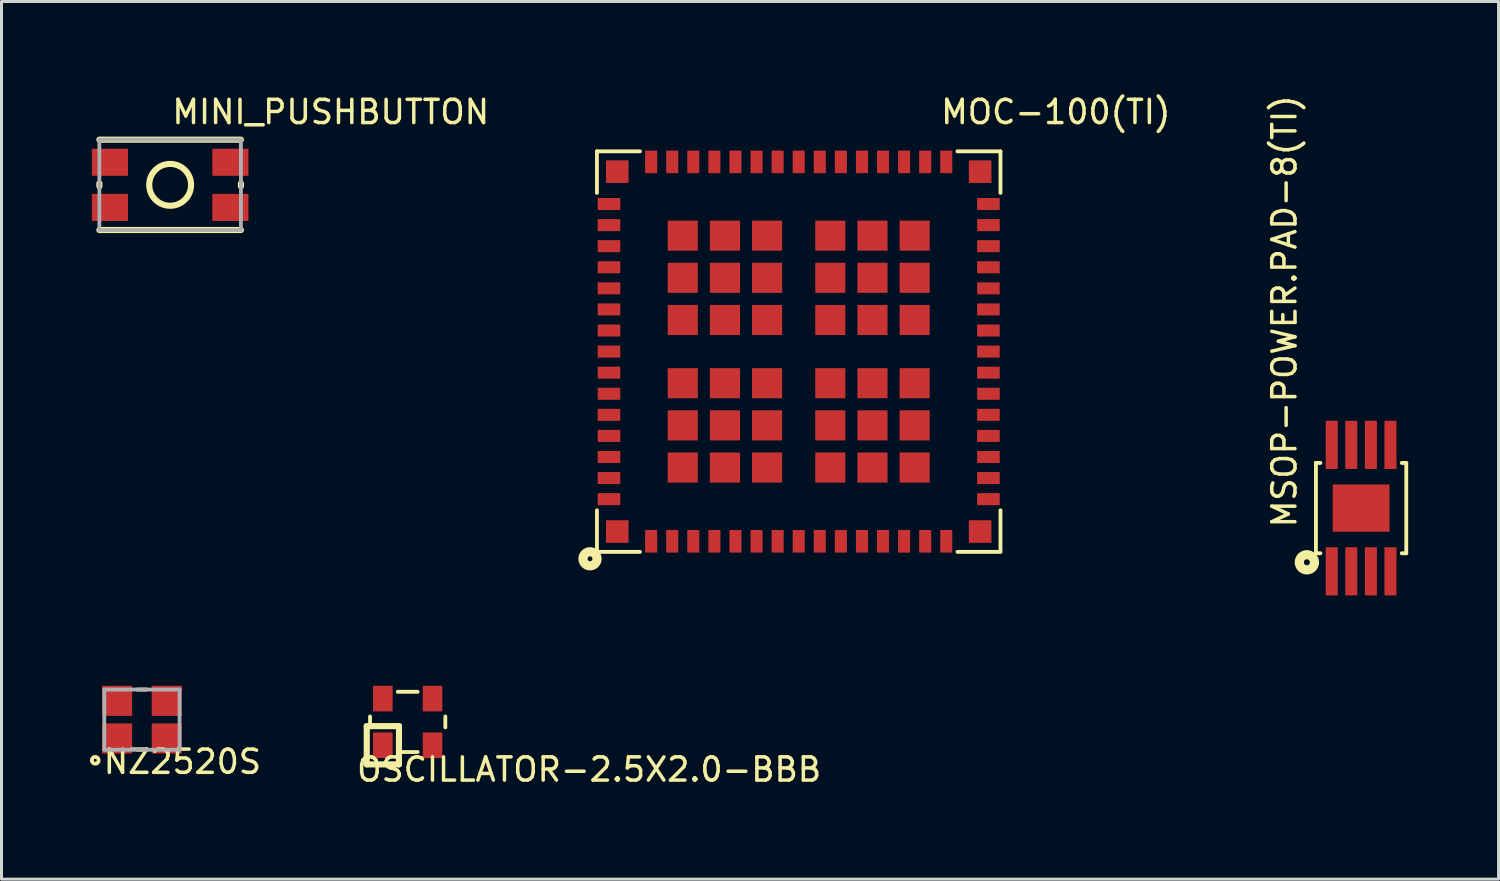
<source format=kicad_pcb>
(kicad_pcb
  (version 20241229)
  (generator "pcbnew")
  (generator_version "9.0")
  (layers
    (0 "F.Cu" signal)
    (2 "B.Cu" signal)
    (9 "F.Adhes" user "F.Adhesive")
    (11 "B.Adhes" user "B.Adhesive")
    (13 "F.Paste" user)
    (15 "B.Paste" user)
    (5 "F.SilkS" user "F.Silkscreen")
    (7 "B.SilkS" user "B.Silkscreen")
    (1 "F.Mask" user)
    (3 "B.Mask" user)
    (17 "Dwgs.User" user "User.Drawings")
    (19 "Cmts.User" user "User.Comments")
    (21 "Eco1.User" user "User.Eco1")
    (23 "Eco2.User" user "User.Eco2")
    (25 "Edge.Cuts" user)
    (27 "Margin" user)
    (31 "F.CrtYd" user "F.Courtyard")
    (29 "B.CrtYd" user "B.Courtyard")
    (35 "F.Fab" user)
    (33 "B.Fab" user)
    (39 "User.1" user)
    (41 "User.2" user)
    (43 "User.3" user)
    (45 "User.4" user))
  (footprint "MINI_PUSHBUTTON"
    (layer "F.Cu")
    (at 2.6 3.088)
    (property "Reference" "MINI_PUSHBUTTON" (at 0 -1.968 180) (layer "F.SilkS") (effects (font (size 0.772 0.772) (thickness 0.116)) (justify left bottom)))
    (attr through_hole)
    (fp_line (start -2.35 -1.5) (end 2.35 -1.5) (stroke (width 0.203) (type solid)) (layer "F.SilkS"))
    (fp_line (start -2.35 0.05) (end -2.35 -0.05) (stroke (width 0.203) (type solid)) (layer "F.SilkS"))
    (fp_line (start -2.35 1.5) (end 2.35 1.5) (stroke (width 0.203) (type solid)) (layer "F.SilkS"))
    (fp_line (start 2.35 0.05) (end 2.35 -0.05) (stroke (width 0.203) (type solid)) (layer "F.SilkS"))
    (fp_circle (center 0 0) (end 0.695 0) (stroke (width 0.203) (type solid)) (fill no) (layer "F.SilkS"))
    (fp_line (start -2.35 -1.5) (end 2.35 -1.5) (stroke (width 0.127) (type solid)) (layer "F.Fab"))
    (fp_line (start -2.35 1.5) (end -2.35 -1.5) (stroke (width 0.127) (type solid)) (layer "F.Fab"))
    (fp_line (start 2.35 -1.5) (end 2.35 1.5) (stroke (width 0.127) (type solid)) (layer "F.Fab"))
    (fp_line (start 2.35 1.5) (end -2.35 1.5) (stroke (width 0.127) (type solid)) (layer "F.Fab"))
    (pad "1" smd rect (at -2 -0.75) (size 1.2 0.9) (layers "F.Cu" "F.Mask" "F.Paste"))
    (pad "2" smd rect (at 2 -0.75) (size 1.2 0.9) (layers "F.Cu" "F.Mask" "F.Paste"))
    (pad "3" smd rect (at -2 0.75) (size 1.2 0.9) (layers "F.Cu" "F.Mask" "F.Paste"))
    (pad "4" smd rect (at 2 0.75) (size 1.2 0.9) (layers "F.Cu" "F.Mask" "F.Paste")))
  (footprint "MOC-100(TI)"
    (layer "F.Cu")
    (at 23.472 8.625)
    (property "Reference" "MOC-100(TI)" (at 4.656 -7.505 180) (layer "F.SilkS") (effects (font (size 0.772 0.772) (thickness 0.116)) (justify left bottom)))
    (attr through_hole)
    (fp_line (start -6.7 -6.65) (end -6.7 -5.27) (stroke (width 0.127) (type solid)) (layer "F.SilkS"))
    (fp_line (start -6.7 -6.65) (end -5.27 -6.65) (stroke (width 0.127) (type solid)) (layer "F.SilkS"))
    (fp_line (start -6.7 5.27) (end -6.7 6.65) (stroke (width 0.127) (type solid)) (layer "F.SilkS"))
    (fp_line (start -6.7 6.65) (end -5.27 6.65) (stroke (width 0.127) (type solid)) (layer "F.SilkS"))
    (fp_line (start 5.27 6.65) (end 6.7 6.65) (stroke (width 0.127) (type solid)) (layer "F.SilkS"))
    (fp_line (start 6.7 -6.65) (end 5.27 -6.65) (stroke (width 0.127) (type solid)) (layer "F.SilkS"))
    (fp_line (start 6.7 -6.65) (end 6.7 -5.27) (stroke (width 0.127) (type solid)) (layer "F.SilkS"))
    (fp_line (start 6.7 6.65) (end 6.7 5.27) (stroke (width 0.127) (type solid)) (layer "F.SilkS"))
    (fp_circle (center -6.93 6.88) (end -6.849 6.88) (stroke (width 0.305) (type solid)) (fill no) (layer "F.SilkS"))
    (pad "1" smd rect (at -6.025 5.975) (size 0.75 0.75) (layers "F.Cu" "F.Mask" "F.Paste"))
    (pad "2" smd rect (at -4.9 6.3) (size 0.4 0.75) (layers "F.Cu" "F.Mask" "F.Paste"))
    (pad "3" smd rect (at -4.2 6.3) (size 0.4 0.75) (layers "F.Cu" "F.Mask" "F.Paste"))
    (pad "4" smd rect (at -3.5 6.3) (size 0.4 0.75) (layers "F.Cu" "F.Mask" "F.Paste"))
    (pad "5" smd rect (at -2.8 6.3) (size 0.4 0.75) (layers "F.Cu" "F.Mask" "F.Paste"))
    (pad "6" smd rect (at -2.1 6.3) (size 0.4 0.75) (layers "F.Cu" "F.Mask" "F.Paste"))
    (pad "7" smd rect (at -1.4 6.3) (size 0.4 0.75) (layers "F.Cu" "F.Mask" "F.Paste"))
    (pad "8" smd rect (at -0.7 6.3) (size 0.4 0.75) (layers "F.Cu" "F.Mask" "F.Paste"))
    (pad "9" smd rect (at 0 6.3) (size 0.4 0.75) (layers "F.Cu" "F.Mask" "F.Paste"))
    (pad "10" smd rect (at 0.7 6.3) (size 0.4 0.75) (layers "F.Cu" "F.Mask" "F.Paste"))
    (pad "11" smd rect (at 1.4 6.3) (size 0.4 0.75) (layers "F.Cu" "F.Mask" "F.Paste"))
    (pad "12" smd rect (at 2.1 6.3) (size 0.4 0.75) (layers "F.Cu" "F.Mask" "F.Paste"))
    (pad "13" smd rect (at 2.8 6.3) (size 0.4 0.75) (layers "F.Cu" "F.Mask" "F.Paste"))
    (pad "14" smd rect (at 3.5 6.3) (size 0.4 0.75) (layers "F.Cu" "F.Mask" "F.Paste"))
    (pad "15" smd rect (at 4.2 6.3) (size 0.4 0.75) (layers "F.Cu" "F.Mask" "F.Paste"))
    (pad "16" smd rect (at 4.9 6.3) (size 0.4 0.75) (layers "F.Cu" "F.Mask" "F.Paste"))
    (pad "17" smd rect (at 6.025 5.975) (size 0.75 0.75) (layers "F.Cu" "F.Mask" "F.Paste"))
    (pad "18" smd rect (at 6.3 4.9 90) (size 0.4 0.75) (layers "F.Cu" "F.Mask" "F.Paste"))
    (pad "19" smd rect (at 6.3 4.2 90) (size 0.4 0.75) (layers "F.Cu" "F.Mask" "F.Paste"))
    (pad "20" smd rect (at 6.3 3.5 90) (size 0.4 0.75) (layers "F.Cu" "F.Mask" "F.Paste"))
    (pad "21" smd rect (at 6.3 2.8 90) (size 0.4 0.75) (layers "F.Cu" "F.Mask" "F.Paste"))
    (pad "22" smd rect (at 6.3 2.1 90) (size 0.4 0.75) (layers "F.Cu" "F.Mask" "F.Paste"))
    (pad "23" smd rect (at 6.3 1.4 90) (size 0.4 0.75) (layers "F.Cu" "F.Mask" "F.Paste"))
    (pad "24" smd rect (at 6.3 0.7 90) (size 0.4 0.75) (layers "F.Cu" "F.Mask" "F.Paste"))
    (pad "25" smd rect (at 6.3 0 90) (size 0.4 0.75) (layers "F.Cu" "F.Mask" "F.Paste"))
    (pad "26" smd rect (at 6.3 -0.7 90) (size 0.4 0.75) (layers "F.Cu" "F.Mask" "F.Paste"))
    (pad "27" smd rect (at 6.3 -1.4 90) (size 0.4 0.75) (layers "F.Cu" "F.Mask" "F.Paste"))
    (pad "28" smd rect (at 6.3 -2.1 90) (size 0.4 0.75) (layers "F.Cu" "F.Mask" "F.Paste"))
    (pad "29" smd rect (at 6.3 -2.8 90) (size 0.4 0.75) (layers "F.Cu" "F.Mask" "F.Paste"))
    (pad "30" smd rect (at 6.3 -3.5 90) (size 0.4 0.75) (layers "F.Cu" "F.Mask" "F.Paste"))
    (pad "31" smd rect (at 6.3 -4.2 90) (size 0.4 0.75) (layers "F.Cu" "F.Mask" "F.Paste"))
    (pad "32" smd rect (at 6.3 -4.9 90) (size 0.4 0.75) (layers "F.Cu" "F.Mask" "F.Paste"))
    (pad "33" smd rect (at 6.025 -5.975) (size 0.75 0.75) (layers "F.Cu" "F.Mask" "F.Paste"))
    (pad "34" smd rect (at 4.9 -6.3 180) (size 0.4 0.75) (layers "F.Cu" "F.Mask" "F.Paste"))
    (pad "35" smd rect (at 4.2 -6.3 180) (size 0.4 0.75) (layers "F.Cu" "F.Mask" "F.Paste"))
    (pad "36" smd rect (at 3.5 -6.3 180) (size 0.4 0.75) (layers "F.Cu" "F.Mask" "F.Paste"))
    (pad "37" smd rect (at 2.8 -6.3 180) (size 0.4 0.75) (layers "F.Cu" "F.Mask" "F.Paste"))
    (pad "38" smd rect (at 2.1 -6.3 180) (size 0.4 0.75) (layers "F.Cu" "F.Mask" "F.Paste"))
    (pad "39" smd rect (at 1.4 -6.3 180) (size 0.4 0.75) (layers "F.Cu" "F.Mask" "F.Paste"))
    (pad "40" smd rect (at 0.7 -6.3 180) (size 0.4 0.75) (layers "F.Cu" "F.Mask" "F.Paste"))
    (pad "41" smd rect (at 0 -6.3 180) (size 0.4 0.75) (layers "F.Cu" "F.Mask" "F.Paste"))
    (pad "42" smd rect (at -0.7 -6.3 180) (size 0.4 0.75) (layers "F.Cu" "F.Mask" "F.Paste"))
    (pad "43" smd rect (at -1.4 -6.3 180) (size 0.4 0.75) (layers "F.Cu" "F.Mask" "F.Paste"))
    (pad "44" smd rect (at -2.1 -6.3 180) (size 0.4 0.75) (layers "F.Cu" "F.Mask" "F.Paste"))
    (pad "45" smd rect (at -2.8 -6.3 180) (size 0.4 0.75) (layers "F.Cu" "F.Mask" "F.Paste"))
    (pad "46" smd rect (at -3.5 -6.3 180) (size 0.4 0.75) (layers "F.Cu" "F.Mask" "F.Paste"))
    (pad "47" smd rect (at -4.2 -6.3 180) (size 0.4 0.75) (layers "F.Cu" "F.Mask" "F.Paste"))
    (pad "48" smd rect (at -4.9 -6.3 180) (size 0.4 0.75) (layers "F.Cu" "F.Mask" "F.Paste"))
    (pad "49" smd rect (at -6.025 -5.975) (size 0.75 0.75) (layers "F.Cu" "F.Mask" "F.Paste"))
    (pad "50" smd rect (at -6.3 -4.9 270) (size 0.4 0.75) (layers "F.Cu" "F.Mask" "F.Paste"))
    (pad "51" smd rect (at -6.3 -4.2 270) (size 0.4 0.75) (layers "F.Cu" "F.Mask" "F.Paste"))
    (pad "52" smd rect (at -6.3 -3.5 270) (size 0.4 0.75) (layers "F.Cu" "F.Mask" "F.Paste"))
    (pad "53" smd rect (at -6.3 -2.8 270) (size 0.4 0.75) (layers "F.Cu" "F.Mask" "F.Paste"))
    (pad "54" smd rect (at -6.3 -2.1 270) (size 0.4 0.75) (layers "F.Cu" "F.Mask" "F.Paste"))
    (pad "55" smd rect (at -6.3 -1.4 270) (size 0.4 0.75) (layers "F.Cu" "F.Mask" "F.Paste"))
    (pad "56" smd rect (at -6.3 -0.7 270) (size 0.4 0.75) (layers "F.Cu" "F.Mask" "F.Paste"))
    (pad "57" smd rect (at -6.3 0 270) (size 0.4 0.75) (layers "F.Cu" "F.Mask" "F.Paste"))
    (pad "58" smd rect (at -6.3 0.7 270) (size 0.4 0.75) (layers "F.Cu" "F.Mask" "F.Paste"))
    (pad "59" smd rect (at -6.3 1.4 270) (size 0.4 0.75) (layers "F.Cu" "F.Mask" "F.Paste"))
    (pad "60" smd rect (at -6.3 2.1 270) (size 0.4 0.75) (layers "F.Cu" "F.Mask" "F.Paste"))
    (pad "61" smd rect (at -6.3 2.8 270) (size 0.4 0.75) (layers "F.Cu" "F.Mask" "F.Paste"))
    (pad "62" smd rect (at -6.3 3.5 270) (size 0.4 0.75) (layers "F.Cu" "F.Mask" "F.Paste"))
    (pad "63" smd rect (at -6.3 4.2 270) (size 0.4 0.75) (layers "F.Cu" "F.Mask" "F.Paste"))
    (pad "64" smd rect (at -6.3 4.9 270) (size 0.4 0.75) (layers "F.Cu" "F.Mask" "F.Paste"))
    (pad "G1" smd rect (at -3.85 3.85 180) (size 1 1) (layers "F.Cu" "F.Mask" "F.Paste"))
    (pad "G2" smd rect (at -2.45 3.85 180) (size 1 1) (layers "F.Cu" "F.Mask" "F.Paste"))
    (pad "G3" smd rect (at -1.05 3.85 180) (size 1 1) (layers "F.Cu" "F.Mask" "F.Paste"))
    (pad "G4" smd rect (at 1.05 3.85 270) (size 1 1) (layers "F.Cu" "F.Mask" "F.Paste"))
    (pad "G5" smd rect (at 2.45 3.85 270) (size 1 1) (layers "F.Cu" "F.Mask" "F.Paste"))
    (pad "G6" smd rect (at 3.85 3.85 270) (size 1 1) (layers "F.Cu" "F.Mask" "F.Paste"))
    (pad "G7" smd rect (at -3.85 2.45 180) (size 1 1) (layers "F.Cu" "F.Mask" "F.Paste"))
    (pad "G8" smd rect (at -2.45 2.45 180) (size 1 1) (layers "F.Cu" "F.Mask" "F.Paste"))
    (pad "G9" smd rect (at -1.05 2.45 180) (size 1 1) (layers "F.Cu" "F.Mask" "F.Paste"))
    (pad "G10" smd rect (at 1.05 2.45 270) (size 1 1) (layers "F.Cu" "F.Mask" "F.Paste"))
    (pad "G11" smd rect (at 2.45 2.45 270) (size 1 1) (layers "F.Cu" "F.Mask" "F.Paste"))
    (pad "G12" smd rect (at 3.85 2.45 270) (size 1 1) (layers "F.Cu" "F.Mask" "F.Paste"))
    (pad "G13" smd rect (at -3.85 1.05 180) (size 1 1) (layers "F.Cu" "F.Mask" "F.Paste"))
    (pad "G14" smd rect (at -2.45 1.05 180) (size 1 1) (layers "F.Cu" "F.Mask" "F.Paste"))
    (pad "G15" smd rect (at -1.05 1.05 180) (size 1 1) (layers "F.Cu" "F.Mask" "F.Paste"))
    (pad "G16" smd rect (at 1.05 1.05 270) (size 1 1) (layers "F.Cu" "F.Mask" "F.Paste"))
    (pad "G17" smd rect (at 2.45 1.05 270) (size 1 1) (layers "F.Cu" "F.Mask" "F.Paste"))
    (pad "G18" smd rect (at 3.85 1.05 270) (size 1 1) (layers "F.Cu" "F.Mask" "F.Paste"))
    (pad "G19" smd rect (at -3.85 -1.05 90) (size 1 1) (layers "F.Cu" "F.Mask" "F.Paste"))
    (pad "G20" smd rect (at -2.45 -1.05 90) (size 1 1) (layers "F.Cu" "F.Mask" "F.Paste"))
    (pad "G21" smd rect (at -1.05 -1.05 90) (size 1 1) (layers "F.Cu" "F.Mask" "F.Paste"))
    (pad "G22" smd rect (at 1.05 -1.05) (size 1 1) (layers "F.Cu" "F.Mask" "F.Paste"))
    (pad "G23" smd rect (at 2.45 -1.05) (size 1 1) (layers "F.Cu" "F.Mask" "F.Paste"))
    (pad "G24" smd rect (at 3.85 -1.05) (size 1 1) (layers "F.Cu" "F.Mask" "F.Paste"))
    (pad "G25" smd rect (at -3.85 -2.45 90) (size 1 1) (layers "F.Cu" "F.Mask" "F.Paste"))
    (pad "G26" smd rect (at -2.45 -2.45 90) (size 1 1) (layers "F.Cu" "F.Mask" "F.Paste"))
    (pad "G27" smd rect (at -1.05 -2.45 90) (size 1 1) (layers "F.Cu" "F.Mask" "F.Paste"))
    (pad "G28" smd rect (at 1.05 -2.45) (size 1 1) (layers "F.Cu" "F.Mask" "F.Paste"))
    (pad "G29" smd rect (at 2.45 -2.45) (size 1 1) (layers "F.Cu" "F.Mask" "F.Paste"))
    (pad "G30" smd rect (at 3.85 -2.45) (size 1 1) (layers "F.Cu" "F.Mask" "F.Paste"))
    (pad "G31" smd rect (at -3.85 -3.85 90) (size 1 1) (layers "F.Cu" "F.Mask" "F.Paste"))
    (pad "G32" smd rect (at -2.45 -3.85 90) (size 1 1) (layers "F.Cu" "F.Mask" "F.Paste"))
    (pad "G33" smd rect (at -1.05 -3.85 90) (size 1 1) (layers "F.Cu" "F.Mask" "F.Paste"))
    (pad "G34" smd rect (at 1.05 -3.85) (size 1 1) (layers "F.Cu" "F.Mask" "F.Paste"))
    (pad "G35" smd rect (at 2.45 -3.85) (size 1 1) (layers "F.Cu" "F.Mask" "F.Paste"))
    (pad "G36" smd rect (at 3.85 -3.85) (size 1 1) (layers "F.Cu" "F.Mask" "F.Paste")))
  (footprint "NZ2520S"
    (layer "F.Cu")
    (at 1.663 20.847)
    (property "Reference" "NZ2520S" (at -1.343 1.849 0) (layer "F.SilkS") (effects (font (size 0.772 0.772) (thickness 0.116)) (justify left bottom)))
    (attr through_hole)
    (fp_line (start -0.15 -1) (end 0.15 -1) (stroke (width 0.127) (type solid)) (layer "F.SilkS"))
    (fp_line (start -0.15 1) (end 0.15 1) (stroke (width 0.127) (type solid)) (layer "F.SilkS"))
    (fp_circle (center -1.55 1.35) (end -1.5 1.35) (stroke (width 0.127) (type solid)) (fill no) (layer "F.SilkS"))
    (fp_line (start -1.25 -1) (end 1.25 -1) (stroke (width 0.127) (type solid)) (layer "F.Fab"))
    (fp_line (start -1.25 1) (end -1.25 -1) (stroke (width 0.127) (type solid)) (layer "F.Fab"))
    (fp_line (start 1.25 -1) (end 1.25 1) (stroke (width 0.127) (type solid)) (layer "F.Fab"))
    (fp_line (start 1.25 1) (end -1.25 1) (stroke (width 0.127) (type solid)) (layer "F.Fab"))
    (pad "1" smd rect (at -0.825 0.625) (size 1 1) (layers "F.Cu" "F.Mask" "F.Paste"))
    (pad "2" smd rect (at 0.825 0.625) (size 1 1) (layers "F.Cu" "F.Mask" "F.Paste"))
    (pad "3" smd rect (at 0.825 -0.625) (size 1 1) (layers "F.Cu" "F.Mask" "F.Paste"))
    (pad "4" smd rect (at -0.825 -0.625) (size 1 1) (layers "F.Cu" "F.Mask" "F.Paste")))
  (footprint "MSOP-POWER.PAD-8(TI)"
    (layer "F.Cu")
    (at 42.147 13.822)
    (property "Reference" "MSOP-POWER.PAD-8(TI)" (at -2.095 0.711 270) (layer "F.SilkS") (effects (font (size 0.772 0.772) (thickness 0.116)) (justify left bottom)))
    (attr through_hole)
    (fp_line (start -1.5 -1.5) (end -1.5 1.5) (stroke (width 0.127) (type solid)) (layer "F.SilkS"))
    (fp_line (start -1.5 1.5) (end -1.35 1.5) (stroke (width 0.127) (type solid)) (layer "F.SilkS"))
    (fp_line (start -1.35 -1.5) (end -1.5 -1.5) (stroke (width 0.127) (type solid)) (layer "F.SilkS"))
    (fp_line (start 1.35 1.5) (end 1.5 1.5) (stroke (width 0.127) (type solid)) (layer "F.SilkS"))
    (fp_line (start 1.5 -1.5) (end 1.35 -1.5) (stroke (width 0.127) (type solid)) (layer "F.SilkS"))
    (fp_line (start 1.5 1.5) (end 1.5 -1.5) (stroke (width 0.127) (type solid)) (layer "F.SilkS"))
    (fp_circle (center -1.8 1.8) (end -1.7 1.8) (stroke (width 0.305) (type solid)) (fill no) (layer "F.SilkS"))
    (pad "1" smd rect (at -0.975 2.1) (size 0.4 1.6) (layers "F.Cu" "F.Mask" "F.Paste"))
    (pad "2" smd rect (at -0.325 2.1) (size 0.4 1.6) (layers "F.Cu" "F.Mask" "F.Paste"))
    (pad "3" smd rect (at 0.325 2.1) (size 0.4 1.6) (layers "F.Cu" "F.Mask" "F.Paste"))
    (pad "4" smd rect (at 0.975 2.1) (size 0.4 1.6) (layers "F.Cu" "F.Mask" "F.Paste"))
    (pad "5" smd rect (at 0.975 -2.1) (size 0.4 1.6) (layers "F.Cu" "F.Mask" "F.Paste"))
    (pad "6" smd rect (at 0.325 -2.1) (size 0.4 1.6) (layers "F.Cu" "F.Mask" "F.Paste"))
    (pad "7" smd rect (at -0.325 -2.1) (size 0.4 1.6) (layers "F.Cu" "F.Mask" "F.Paste"))
    (pad "8" smd rect (at -0.975 -2.1) (size 0.4 1.6) (layers "F.Cu" "F.Mask" "F.Paste"))
    (pad "9" smd rect (at 0 0) (size 1.89 1.57) (layers "F.Cu" "F.Mask" "F.Paste")))
  (footprint "OSCILLATOR-2.5X2.0-BBB"
    (layer "F.Cu")
    (at 10.488 20.922)
    (property "Reference" "OSCILLATOR-2.5X2.0-BBB" (at -1.753 2.032 0) (layer "F.SilkS") (effects (font (size 0.772 0.772) (thickness 0.116)) (justify left bottom)))
    (attr through_hole)
    (fp_line (start -1.36 0.14) (end -1.36 1.41) (stroke (width 0.203) (type solid)) (layer "F.SilkS"))
    (fp_line (start -1.36 1.41) (end -0.29 1.41) (stroke (width 0.203) (type solid)) (layer "F.SilkS"))
    (fp_line (start -1.25 0.18) (end -1.25 -0.18) (stroke (width 0.127) (type solid)) (layer "F.SilkS"))
    (fp_line (start -0.33 -1) (end 0.33 -1) (stroke (width 0.127) (type solid)) (layer "F.SilkS"))
    (fp_line (start -0.33 1) (end 0.33 1) (stroke (width 0.127) (type solid)) (layer "F.SilkS"))
    (fp_line (start -0.29 0.14) (end -1.36 0.14) (stroke (width 0.203) (type solid)) (layer "F.SilkS"))
    (fp_line (start -0.29 1.41) (end -0.29 0.14) (stroke (width 0.203) (type solid)) (layer "F.SilkS"))
    (fp_line (start 1.25 0.18) (end 1.25 -0.18) (stroke (width 0.127) (type solid)) (layer "F.SilkS"))
    (pad "1" smd rect (at -0.825 0.775) (size 0.65 0.85) (layers "F.Cu" "F.Mask" "F.Paste"))
    (pad "2" smd rect (at 0.825 0.775) (size 0.65 0.85) (layers "F.Cu" "F.Mask" "F.Paste"))
    (pad "3" smd rect (at 0.825 -0.775) (size 0.65 0.85) (layers "F.Cu" "F.Mask" "F.Paste"))
    (pad "4" smd rect (at -0.825 -0.775) (size 0.65 0.85) (layers "F.Cu" "F.Mask" "F.Paste")))
  (gr_rect
    (start -3 -3)
    (end 46.711 26.144)
    (stroke (width 0.1) (type default))
    (fill no)
    (layer "Edge.Cuts")))
</source>
